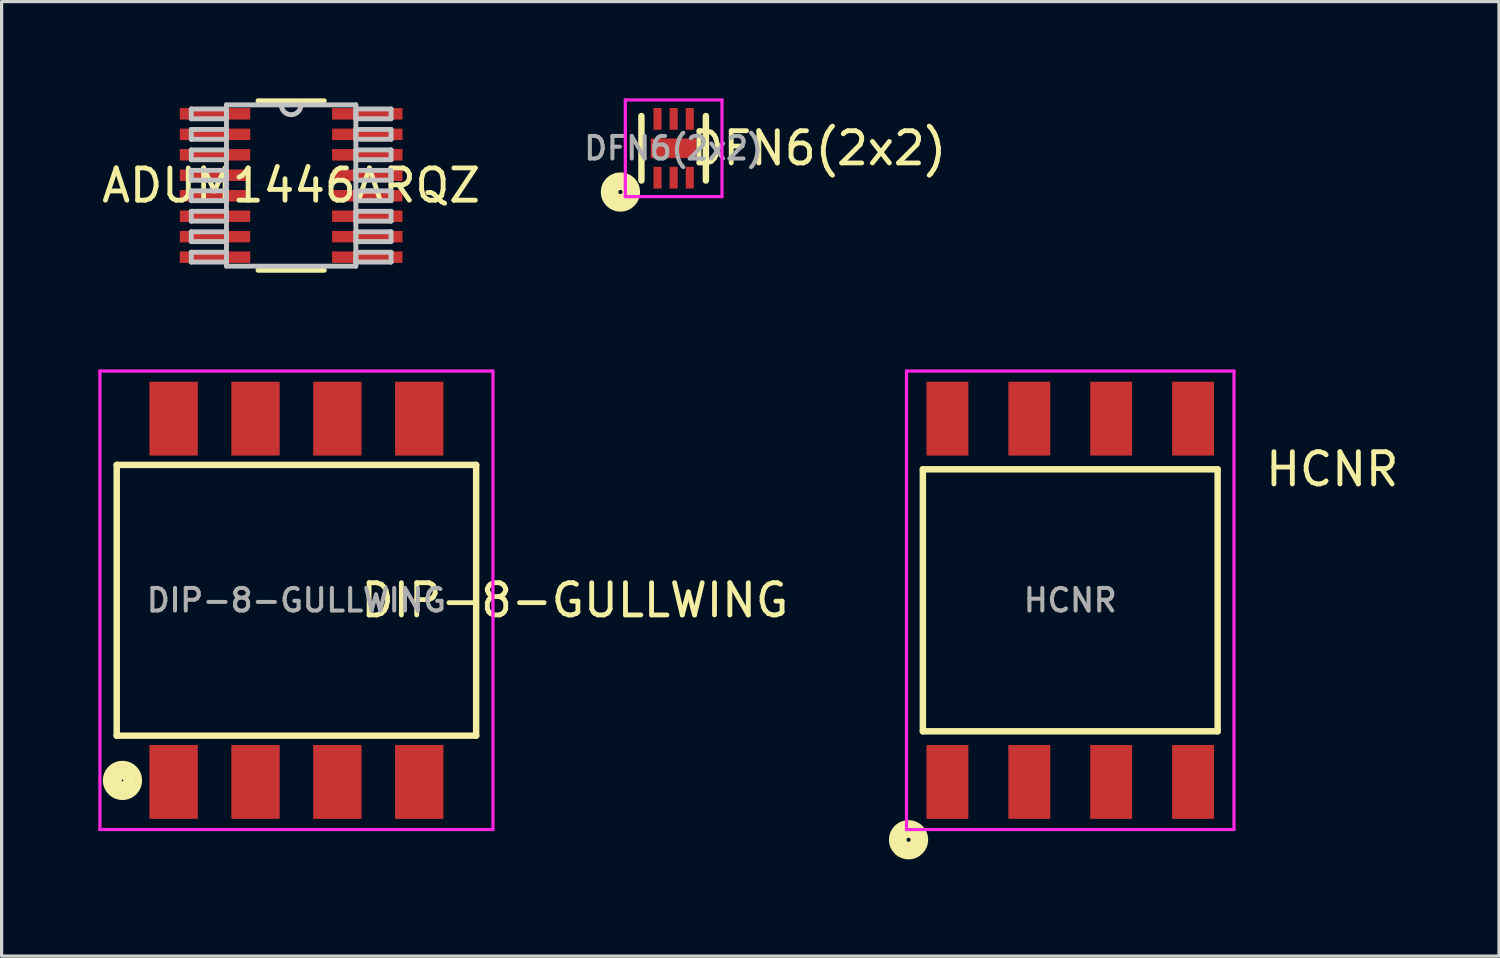
<source format=kicad_pcb>
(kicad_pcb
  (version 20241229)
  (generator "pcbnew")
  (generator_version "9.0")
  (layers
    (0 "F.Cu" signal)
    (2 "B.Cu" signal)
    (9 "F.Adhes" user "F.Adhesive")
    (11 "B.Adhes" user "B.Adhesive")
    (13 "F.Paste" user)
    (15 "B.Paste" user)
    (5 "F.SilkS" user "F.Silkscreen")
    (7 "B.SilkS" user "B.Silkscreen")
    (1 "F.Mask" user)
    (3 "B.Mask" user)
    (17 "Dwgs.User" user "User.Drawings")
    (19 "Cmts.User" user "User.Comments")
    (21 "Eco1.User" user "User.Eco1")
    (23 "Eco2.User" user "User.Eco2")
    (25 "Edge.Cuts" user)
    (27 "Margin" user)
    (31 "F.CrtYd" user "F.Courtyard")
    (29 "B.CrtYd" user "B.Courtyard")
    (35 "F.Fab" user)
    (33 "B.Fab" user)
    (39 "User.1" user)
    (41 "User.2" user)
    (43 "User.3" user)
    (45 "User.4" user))
  (footprint "ADUM1446ARQZ"
    (layer "F.Cu")
    (at 5.982 2.705)
    (property "Reference" "ADUM1446ARQZ" (at 0 0 0) (layer "F.SilkS") (effects (font (size 1 1) (thickness 0.15))))
    (attr through_hole)
    (fp_line (start -1.028 2.629) (end 1.028 2.629) (stroke (width 0.152) (type solid)) (layer "F.SilkS"))
    (fp_line (start 1.028 -2.629) (end -1.028 -2.629) (stroke (width 0.152) (type solid)) (layer "F.SilkS"))
    (fp_line (start -3.099 -2.375) (end -3.099 -2.07) (stroke (width 0.152) (type solid)) (layer "Dwgs.User"))
    (fp_line (start -3.099 -2.07) (end -2.007 -2.07) (stroke (width 0.152) (type solid)) (layer "Dwgs.User"))
    (fp_line (start -3.099 -1.74) (end -3.099 -1.435) (stroke (width 0.152) (type solid)) (layer "Dwgs.User"))
    (fp_line (start -3.099 -1.435) (end -2.007 -1.435) (stroke (width 0.152) (type solid)) (layer "Dwgs.User"))
    (fp_line (start -3.099 -1.105) (end -3.099 -0.8) (stroke (width 0.152) (type solid)) (layer "Dwgs.User"))
    (fp_line (start -3.099 -0.8) (end -2.007 -0.8) (stroke (width 0.152) (type solid)) (layer "Dwgs.User"))
    (fp_line (start -3.099 -0.47) (end -3.099 -0.165) (stroke (width 0.152) (type solid)) (layer "Dwgs.User"))
    (fp_line (start -3.099 -0.165) (end -2.007 -0.165) (stroke (width 0.152) (type solid)) (layer "Dwgs.User"))
    (fp_line (start -3.099 0.165) (end -3.099 0.47) (stroke (width 0.152) (type solid)) (layer "Dwgs.User"))
    (fp_line (start -3.099 0.47) (end -2.007 0.47) (stroke (width 0.152) (type solid)) (layer "Dwgs.User"))
    (fp_line (start -3.099 0.8) (end -3.099 1.105) (stroke (width 0.152) (type solid)) (layer "Dwgs.User"))
    (fp_line (start -3.099 1.105) (end -2.007 1.105) (stroke (width 0.152) (type solid)) (layer "Dwgs.User"))
    (fp_line (start -3.099 1.435) (end -3.099 1.74) (stroke (width 0.152) (type solid)) (layer "Dwgs.User"))
    (fp_line (start -3.099 1.74) (end -2.007 1.74) (stroke (width 0.152) (type solid)) (layer "Dwgs.User"))
    (fp_line (start -3.099 2.07) (end -3.099 2.375) (stroke (width 0.152) (type solid)) (layer "Dwgs.User"))
    (fp_line (start -3.099 2.375) (end -2.007 2.375) (stroke (width 0.152) (type solid)) (layer "Dwgs.User"))
    (fp_line (start -2.007 -2.502) (end -2.007 2.502) (stroke (width 0.152) (type solid)) (layer "Dwgs.User"))
    (fp_line (start -2.007 -2.375) (end -3.099 -2.375) (stroke (width 0.152) (type solid)) (layer "Dwgs.User"))
    (fp_line (start -2.007 -2.07) (end -2.007 -2.375) (stroke (width 0.152) (type solid)) (layer "Dwgs.User"))
    (fp_line (start -2.007 -1.74) (end -3.099 -1.74) (stroke (width 0.152) (type solid)) (layer "Dwgs.User"))
    (fp_line (start -2.007 -1.435) (end -2.007 -1.74) (stroke (width 0.152) (type solid)) (layer "Dwgs.User"))
    (fp_line (start -2.007 -1.105) (end -3.099 -1.105) (stroke (width 0.152) (type solid)) (layer "Dwgs.User"))
    (fp_line (start -2.007 -0.8) (end -2.007 -1.105) (stroke (width 0.152) (type solid)) (layer "Dwgs.User"))
    (fp_line (start -2.007 -0.47) (end -3.099 -0.47) (stroke (width 0.152) (type solid)) (layer "Dwgs.User"))
    (fp_line (start -2.007 -0.165) (end -2.007 -0.47) (stroke (width 0.152) (type solid)) (layer "Dwgs.User"))
    (fp_line (start -2.007 0.165) (end -3.099 0.165) (stroke (width 0.152) (type solid)) (layer "Dwgs.User"))
    (fp_line (start -2.007 0.47) (end -2.007 0.165) (stroke (width 0.152) (type solid)) (layer "Dwgs.User"))
    (fp_line (start -2.007 0.8) (end -3.099 0.8) (stroke (width 0.152) (type solid)) (layer "Dwgs.User"))
    (fp_line (start -2.007 1.105) (end -2.007 0.8) (stroke (width 0.152) (type solid)) (layer "Dwgs.User"))
    (fp_line (start -2.007 1.435) (end -3.099 1.435) (stroke (width 0.152) (type solid)) (layer "Dwgs.User"))
    (fp_line (start -2.007 1.74) (end -2.007 1.435) (stroke (width 0.152) (type solid)) (layer "Dwgs.User"))
    (fp_line (start -2.007 2.07) (end -3.099 2.07) (stroke (width 0.152) (type solid)) (layer "Dwgs.User"))
    (fp_line (start -2.007 2.375) (end -2.007 2.07) (stroke (width 0.152) (type solid)) (layer "Dwgs.User"))
    (fp_line (start -2.007 2.502) (end 2.007 2.502) (stroke (width 0.152) (type solid)) (layer "Dwgs.User"))
    (fp_line (start 2.007 -2.502) (end -2.007 -2.502) (stroke (width 0.152) (type solid)) (layer "Dwgs.User"))
    (fp_line (start 2.007 -2.375) (end 2.007 -2.07) (stroke (width 0.152) (type solid)) (layer "Dwgs.User"))
    (fp_line (start 2.007 -2.07) (end 3.099 -2.07) (stroke (width 0.152) (type solid)) (layer "Dwgs.User"))
    (fp_line (start 2.007 -1.74) (end 2.007 -1.435) (stroke (width 0.152) (type solid)) (layer "Dwgs.User"))
    (fp_line (start 2.007 -1.435) (end 3.099 -1.435) (stroke (width 0.152) (type solid)) (layer "Dwgs.User"))
    (fp_line (start 2.007 -1.105) (end 2.007 -0.8) (stroke (width 0.152) (type solid)) (layer "Dwgs.User"))
    (fp_line (start 2.007 -0.8) (end 3.099 -0.8) (stroke (width 0.152) (type solid)) (layer "Dwgs.User"))
    (fp_line (start 2.007 -0.47) (end 2.007 -0.165) (stroke (width 0.152) (type solid)) (layer "Dwgs.User"))
    (fp_line (start 2.007 -0.165) (end 3.099 -0.165) (stroke (width 0.152) (type solid)) (layer "Dwgs.User"))
    (fp_line (start 2.007 0.165) (end 2.007 0.47) (stroke (width 0.152) (type solid)) (layer "Dwgs.User"))
    (fp_line (start 2.007 0.47) (end 3.099 0.47) (stroke (width 0.152) (type solid)) (layer "Dwgs.User"))
    (fp_line (start 2.007 0.8) (end 2.007 1.105) (stroke (width 0.152) (type solid)) (layer "Dwgs.User"))
    (fp_line (start 2.007 1.105) (end 3.099 1.105) (stroke (width 0.152) (type solid)) (layer "Dwgs.User"))
    (fp_line (start 2.007 1.435) (end 2.007 1.74) (stroke (width 0.152) (type solid)) (layer "Dwgs.User"))
    (fp_line (start 2.007 1.74) (end 3.099 1.74) (stroke (width 0.152) (type solid)) (layer "Dwgs.User"))
    (fp_line (start 2.007 2.07) (end 2.007 2.375) (stroke (width 0.152) (type solid)) (layer "Dwgs.User"))
    (fp_line (start 2.007 2.375) (end 3.099 2.375) (stroke (width 0.152) (type solid)) (layer "Dwgs.User"))
    (fp_line (start 2.007 2.502) (end 2.007 -2.502) (stroke (width 0.152) (type solid)) (layer "Dwgs.User"))
    (fp_line (start 3.099 -2.375) (end 2.007 -2.375) (stroke (width 0.152) (type solid)) (layer "Dwgs.User"))
    (fp_line (start 3.099 -2.07) (end 3.099 -2.375) (stroke (width 0.152) (type solid)) (layer "Dwgs.User"))
    (fp_line (start 3.099 -1.74) (end 2.007 -1.74) (stroke (width 0.152) (type solid)) (layer "Dwgs.User"))
    (fp_line (start 3.099 -1.435) (end 3.099 -1.74) (stroke (width 0.152) (type solid)) (layer "Dwgs.User"))
    (fp_line (start 3.099 -1.105) (end 2.007 -1.105) (stroke (width 0.152) (type solid)) (layer "Dwgs.User"))
    (fp_line (start 3.099 -0.8) (end 3.099 -1.105) (stroke (width 0.152) (type solid)) (layer "Dwgs.User"))
    (fp_line (start 3.099 -0.47) (end 2.007 -0.47) (stroke (width 0.152) (type solid)) (layer "Dwgs.User"))
    (fp_line (start 3.099 -0.165) (end 3.099 -0.47) (stroke (width 0.152) (type solid)) (layer "Dwgs.User"))
    (fp_line (start 3.099 0.165) (end 2.007 0.165) (stroke (width 0.152) (type solid)) (layer "Dwgs.User"))
    (fp_line (start 3.099 0.47) (end 3.099 0.165) (stroke (width 0.152) (type solid)) (layer "Dwgs.User"))
    (fp_line (start 3.099 0.8) (end 2.007 0.8) (stroke (width 0.152) (type solid)) (layer "Dwgs.User"))
    (fp_line (start 3.099 1.105) (end 3.099 0.8) (stroke (width 0.152) (type solid)) (layer "Dwgs.User"))
    (fp_line (start 3.099 1.435) (end 2.007 1.435) (stroke (width 0.152) (type solid)) (layer "Dwgs.User"))
    (fp_line (start 3.099 1.74) (end 3.099 1.435) (stroke (width 0.152) (type solid)) (layer "Dwgs.User"))
    (fp_line (start 3.099 2.07) (end 2.007 2.07) (stroke (width 0.152) (type solid)) (layer "Dwgs.User"))
    (fp_line (start 3.099 2.375) (end 3.099 2.07) (stroke (width 0.152) (type solid)) (layer "Dwgs.User"))
    (fp_arc (start 0.3048 -2.5019) (mid 0 -2.1971) (end -0.3048 -2.5019) (stroke (width 0.1524) (type solid)) (layer "Dwgs.User"))
    (fp_text user "Copyright 2016 Accelerated Designs. All rights reserved." (at 0 0 0) (layer "Cmts.User") (effects (font (size 0.127 0.127) (thickness 0.002))))
    (pad "1" smd rect (at -2.362 -2.223) (size 2.184 0.356) (layers "F.Cu" "F.Mask" "F.Paste"))
    (pad "2" smd rect (at -2.362 -1.587) (size 2.184 0.356) (layers "F.Cu" "F.Mask" "F.Paste"))
    (pad "3" smd rect (at -2.362 -0.953) (size 2.184 0.356) (layers "F.Cu" "F.Mask" "F.Paste"))
    (pad "4" smd rect (at -2.362 -0.318) (size 2.184 0.356) (layers "F.Cu" "F.Mask" "F.Paste"))
    (pad "5" smd rect (at -2.362 0.318) (size 2.184 0.356) (layers "F.Cu" "F.Mask" "F.Paste"))
    (pad "6" smd rect (at -2.362 0.953) (size 2.184 0.356) (layers "F.Cu" "F.Mask" "F.Paste"))
    (pad "7" smd rect (at -2.362 1.587) (size 2.184 0.356) (layers "F.Cu" "F.Mask" "F.Paste"))
    (pad "8" smd rect (at -2.362 2.223) (size 2.184 0.356) (layers "F.Cu" "F.Mask" "F.Paste"))
    (pad "9" smd rect (at 2.362 2.223) (size 2.184 0.356) (layers "F.Cu" "F.Mask" "F.Paste"))
    (pad "10" smd rect (at 2.362 1.587) (size 2.184 0.356) (layers "F.Cu" "F.Mask" "F.Paste"))
    (pad "11" smd rect (at 2.362 0.953) (size 2.184 0.356) (layers "F.Cu" "F.Mask" "F.Paste"))
    (pad "12" smd rect (at 2.362 0.318) (size 2.184 0.356) (layers "F.Cu" "F.Mask" "F.Paste"))
    (pad "13" smd rect (at 2.362 -0.318) (size 2.184 0.356) (layers "F.Cu" "F.Mask" "F.Paste"))
    (pad "14" smd rect (at 2.362 -0.953) (size 2.184 0.356) (layers "F.Cu" "F.Mask" "F.Paste"))
    (pad "15" smd rect (at 2.362 -1.587) (size 2.184 0.356) (layers "F.Cu" "F.Mask" "F.Paste"))
    (pad "16" smd rect (at 2.362 -2.223) (size 2.184 0.356) (layers "F.Cu" "F.Mask" "F.Paste")))
  (footprint "DIP-8-GULLWING"
    (layer "F.Cu")
    (at 6.146 15.572)
    (property "Reference" "DIP-8-GULLWING" (at 8.636 0 0) (layer "F.SilkS") (effects (font (size 1 1) (thickness 0.15))))
    (attr through_hole)
    (fp_line (start -5.575 -4.2) (end -5.575 4.2) (stroke (width 0.2) (type solid)) (layer "F.SilkS"))
    (fp_line (start -5.575 4.2) (end 5.575 4.2) (stroke (width 0.2) (type solid)) (layer "F.SilkS"))
    (fp_line (start 5.575 -4.2) (end -5.575 -4.2) (stroke (width 0.2) (type solid)) (layer "F.SilkS"))
    (fp_line (start 5.575 4.2) (end 5.575 -4.2) (stroke (width 0.2) (type solid)) (layer "F.SilkS"))
    (fp_circle (center -5.397 5.588) (end -5.334 5.588) (stroke (width 0.2) (type solid)) (fill no) (layer "F.SilkS"))
    (fp_circle (center -5.397 5.588) (end -5.271 5.588) (stroke (width 0.2) (type solid)) (fill no) (layer "F.SilkS"))
    (fp_circle (center -5.397 5.588) (end -5.08 5.652) (stroke (width 0.2) (type solid)) (fill no) (layer "F.SilkS"))
    (fp_circle (center -5.397 5.588) (end -4.889 5.588) (stroke (width 0.2) (type solid)) (fill no) (layer "F.SilkS"))
    (fp_line (start -6.096 -7.112) (end -6.096 7.112) (stroke (width 0.1) (type solid)) (layer "F.CrtYd"))
    (fp_line (start -6.096 7.112) (end 6.096 7.112) (stroke (width 0.1) (type solid)) (layer "F.CrtYd"))
    (fp_line (start 6.096 -7.112) (end -6.096 -7.112) (stroke (width 0.1) (type solid)) (layer "F.CrtYd"))
    (fp_line (start 6.096 7.112) (end 6.096 -7.112) (stroke (width 0.1) (type solid)) (layer "F.CrtYd"))
    (fp_text user "${REFERENCE}" (at 0 0 0) (layer "F.Fab") (effects (font (size 0.7 0.7) (thickness 0.125))))
    (pad "1" smd rect (at -3.81 5.635) (size 1.5 2.29) (layers "F.Cu" "F.Mask" "F.Paste"))
    (pad "2" smd rect (at -1.27 5.635) (size 1.5 2.29) (layers "F.Cu" "F.Mask" "F.Paste"))
    (pad "3" smd rect (at 1.27 5.635) (size 1.5 2.29) (layers "F.Cu" "F.Mask" "F.Paste"))
    (pad "4" smd rect (at 3.81 5.635) (size 1.5 2.29) (layers "F.Cu" "F.Mask" "F.Paste"))
    (pad "5" smd rect (at 3.81 -5.635) (size 1.5 2.29) (layers "F.Cu" "F.Mask" "F.Paste"))
    (pad "6" smd rect (at 1.27 -5.635) (size 1.5 2.29) (layers "F.Cu" "F.Mask" "F.Paste"))
    (pad "7" smd rect (at -1.27 -5.635) (size 1.5 2.29) (layers "F.Cu" "F.Mask" "F.Paste"))
    (pad "8" smd rect (at -3.81 -5.635) (size 1.5 2.29) (layers "F.Cu" "F.Mask" "F.Paste")))
  (footprint "HCNR"
    (layer "F.Cu")
    (at 30.151 15.572)
    (property "Reference" "HCNR" (at 8.128 -4.064 0) (layer "F.SilkS") (effects (font (size 1 1) (thickness 0.15))))
    (attr through_hole)
    (fp_line (start -4.572 -4.064) (end -4.572 4.064) (stroke (width 0.2) (type solid)) (layer "F.SilkS"))
    (fp_line (start -4.572 4.064) (end 4.572 4.064) (stroke (width 0.2) (type solid)) (layer "F.SilkS"))
    (fp_line (start 4.572 -4.064) (end -4.572 -4.064) (stroke (width 0.2) (type solid)) (layer "F.SilkS"))
    (fp_line (start 4.572 4.064) (end 4.572 -4.064) (stroke (width 0.2) (type solid)) (layer "F.SilkS"))
    (fp_circle (center -5.016 7.429) (end -4.953 7.429) (stroke (width 0.2) (type solid)) (fill no) (layer "F.SilkS"))
    (fp_circle (center -5.016 7.429) (end -4.763 7.366) (stroke (width 0.2) (type solid)) (fill no) (layer "F.SilkS"))
    (fp_circle (center -5.016 7.429) (end -4.636 7.429) (stroke (width 0.2) (type solid)) (fill no) (layer "F.SilkS"))
    (fp_circle (center -5.016 7.429) (end -4.508 7.429) (stroke (width 0.2) (type solid)) (fill no) (layer "F.SilkS"))
    (fp_line (start -5.08 -7.112) (end -5.08 7.112) (stroke (width 0.1) (type solid)) (layer "F.CrtYd"))
    (fp_line (start -5.08 7.112) (end 5.08 7.112) (stroke (width 0.1) (type solid)) (layer "F.CrtYd"))
    (fp_line (start 5.08 -7.112) (end -5.08 -7.112) (stroke (width 0.1) (type solid)) (layer "F.CrtYd"))
    (fp_line (start 5.08 7.112) (end 5.08 -7.112) (stroke (width 0.1) (type solid)) (layer "F.CrtYd"))
    (fp_text user "${REFERENCE}" (at 0 0 0) (layer "F.Fab") (effects (font (size 0.7 0.7) (thickness 0.125))))
    (pad "1" smd rect (at -3.81 5.635) (size 1.3 2.29) (layers "F.Cu" "F.Mask" "F.Paste"))
    (pad "2" smd rect (at -1.27 5.635) (size 1.3 2.29) (layers "F.Cu" "F.Mask" "F.Paste"))
    (pad "3" smd rect (at 1.27 5.635) (size 1.3 2.29) (layers "F.Cu" "F.Mask" "F.Paste"))
    (pad "4" smd rect (at 3.81 5.635) (size 1.3 2.29) (layers "F.Cu" "F.Mask" "F.Paste"))
    (pad "5" smd rect (at 3.81 -5.635) (size 1.3 2.29) (layers "F.Cu" "F.Mask" "F.Paste"))
    (pad "6" smd rect (at 1.27 -5.635) (size 1.3 2.29) (layers "F.Cu" "F.Mask" "F.Paste"))
    (pad "7" smd rect (at -1.27 -5.635) (size 1.3 2.29) (layers "F.Cu" "F.Mask" "F.Paste"))
    (pad "8" smd rect (at -3.81 -5.635) (size 1.3 2.29) (layers "F.Cu" "F.Mask" "F.Paste")))
  (footprint "DFN6(2x2)"
    (layer "F.Cu")
    (at 17.848 1.55)
    (property "Reference" "DFN6(2x2)" (at 4.5 0 0) (layer "F.SilkS") (effects (font (size 1 1) (thickness 0.15))))
    (attr through_hole)
    (fp_line (start -1 -1) (end -1 1) (stroke (width 0.2) (type solid)) (layer "F.SilkS"))
    (fp_line (start 1 -1) (end 1 1) (stroke (width 0.2) (type solid)) (layer "F.SilkS"))
    (fp_circle (center -1.651 1.357) (end -1.587 1.357) (stroke (width 0.2) (type solid)) (fill no) (layer "F.SilkS"))
    (fp_circle (center -1.651 1.357) (end -1.46 1.294) (stroke (width 0.2) (type solid)) (fill no) (layer "F.SilkS"))
    (fp_circle (center -1.651 1.357) (end -1.27 1.357) (stroke (width 0.2) (type solid)) (fill no) (layer "F.SilkS"))
    (fp_circle (center -1.651 1.357) (end -1.143 1.357) (stroke (width 0.2) (type solid)) (fill no) (layer "F.SilkS"))
    (fp_line (start -1.5 -1.5) (end -1.5 1.5) (stroke (width 0.1) (type solid)) (layer "F.CrtYd"))
    (fp_line (start -1.5 1.5) (end 1.5 1.5) (stroke (width 0.1) (type solid)) (layer "F.CrtYd"))
    (fp_line (start 1.5 -1.5) (end -1.5 -1.5) (stroke (width 0.1) (type solid)) (layer "F.CrtYd"))
    (fp_line (start 1.5 1.5) (end 1.5 -1.5) (stroke (width 0.1) (type solid)) (layer "F.CrtYd"))
    (fp_text user "${REFERENCE}" (at 0 0 0) (layer "F.Fab") (effects (font (size 0.7 0.7) (thickness 0.125))))
    (pad "1" smd rect (at -0.5 0.912) (size 0.25 0.675) (layers "F.Cu" "F.Mask" "F.Paste"))
    (pad "2" smd rect (at 0 0.912) (size 0.25 0.675) (layers "F.Cu" "F.Mask" "F.Paste"))
    (pad "3" smd rect (at 0.5 0.912) (size 0.25 0.675) (layers "F.Cu" "F.Mask" "F.Paste"))
    (pad "4" smd rect (at 0.5 -0.912) (size 0.25 0.675) (layers "F.Cu" "F.Mask" "F.Paste"))
    (pad "5" smd rect (at 0 -0.912) (size 0.25 0.675) (layers "F.Cu" "F.Mask" "F.Paste"))
    (pad "6" smd rect (at -0.5 -0.912) (size 0.25 0.675) (layers "F.Cu" "F.Mask" "F.Paste"))
    (pad "7" smd rect (at 0 0) (size 1.42 0.61) (layers "F.Cu" "F.Mask" "F.Paste")))
  (gr_rect
    (start -3 -3)
    (end 43.451 26.61)
    (stroke (width 0.1) (type default))
    (fill no)
    (layer "Edge.Cuts")))
</source>
